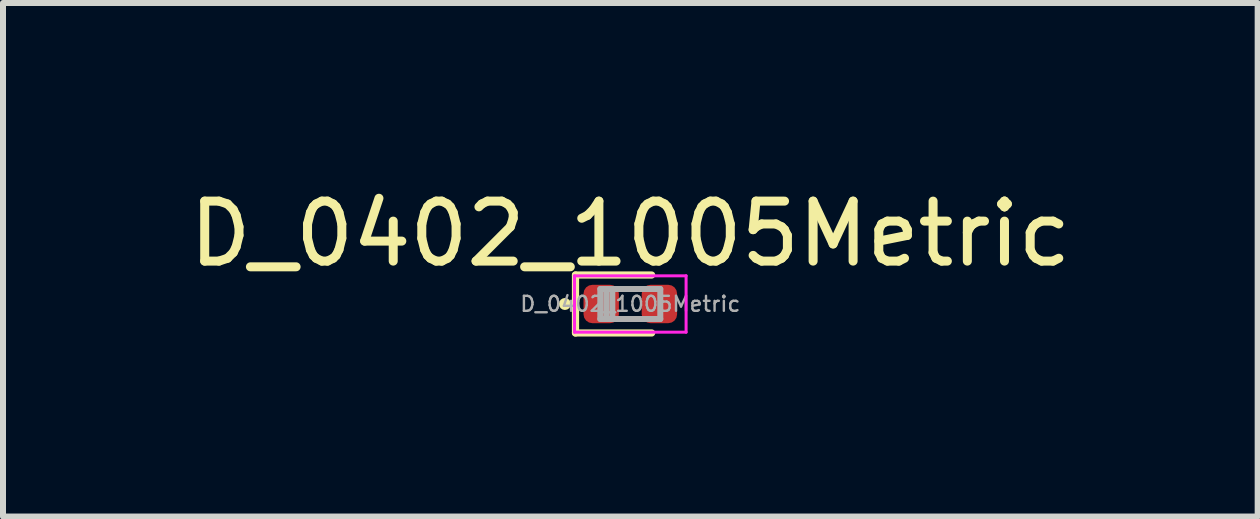
<source format=kicad_pcb>
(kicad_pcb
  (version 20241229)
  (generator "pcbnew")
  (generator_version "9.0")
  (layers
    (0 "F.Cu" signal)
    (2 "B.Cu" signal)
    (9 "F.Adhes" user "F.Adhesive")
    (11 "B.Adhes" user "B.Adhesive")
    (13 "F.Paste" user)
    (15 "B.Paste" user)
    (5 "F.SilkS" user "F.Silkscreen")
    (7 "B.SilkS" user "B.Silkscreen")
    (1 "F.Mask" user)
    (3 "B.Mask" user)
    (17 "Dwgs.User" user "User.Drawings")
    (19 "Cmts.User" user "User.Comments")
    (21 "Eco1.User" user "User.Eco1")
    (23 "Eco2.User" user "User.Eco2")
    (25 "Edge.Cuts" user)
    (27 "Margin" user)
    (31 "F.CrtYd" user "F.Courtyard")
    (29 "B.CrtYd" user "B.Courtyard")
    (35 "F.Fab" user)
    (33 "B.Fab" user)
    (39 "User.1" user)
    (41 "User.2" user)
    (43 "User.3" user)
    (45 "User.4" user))
  (footprint "D_0402_1005Metric"
    (layer "F.Cu")
    (at 7.458 2.018)
    (property "Reference" "D_0402_1005Metric" (at 0 -1.17 0) (layer "F.SilkS") (effects (font (size 1 1) (thickness 0.15))))
    (attr smd)
    (fp_line (start -0.914 -0.483) (end -0.914 0.483) (stroke (width 0.12) (type solid)) (layer "F.SilkS"))
    (fp_line (start 0.356 -0.483) (end -0.914 -0.483) (stroke (width 0.12) (type solid)) (layer "F.SilkS"))
    (fp_line (start 0.356 0.483) (end -0.914 0.483) (stroke (width 0.12) (type solid)) (layer "F.SilkS"))
    (fp_circle (center -1.09 0) (end -1.04 0) (stroke (width 0.1) (type solid)) (fill no) (layer "F.SilkS"))
    (fp_line (start -0.93 -0.47) (end 0.93 -0.47) (stroke (width 0.05) (type solid)) (layer "F.CrtYd"))
    (fp_line (start -0.93 0.47) (end -0.93 -0.47) (stroke (width 0.05) (type solid)) (layer "F.CrtYd"))
    (fp_line (start 0.93 -0.47) (end 0.93 0.47) (stroke (width 0.05) (type solid)) (layer "F.CrtYd"))
    (fp_line (start 0.93 0.47) (end -0.93 0.47) (stroke (width 0.05) (type solid)) (layer "F.CrtYd"))
    (fp_line (start -0.5 -0.25) (end 0.5 -0.25) (stroke (width 0.1) (type solid)) (layer "F.Fab"))
    (fp_line (start -0.5 0.25) (end -0.5 -0.25) (stroke (width 0.1) (type solid)) (layer "F.Fab"))
    (fp_line (start -0.4 0.25) (end -0.4 -0.25) (stroke (width 0.1) (type solid)) (layer "F.Fab"))
    (fp_line (start -0.3 0.25) (end -0.3 -0.25) (stroke (width 0.1) (type solid)) (layer "F.Fab"))
    (fp_line (start 0.5 -0.25) (end 0.5 0.25) (stroke (width 0.1) (type solid)) (layer "F.Fab"))
    (fp_line (start 0.5 0.25) (end -0.5 0.25) (stroke (width 0.1) (type solid)) (layer "F.Fab"))
    (fp_text user "${REFERENCE}" (at 0 0 0) (layer "F.Fab") (effects (font (size 0.25 0.25) (thickness 0.04))))
    (pad "1" smd roundrect (at -0.485 0) (size 0.59 0.64) (layers "F.Cu" "F.Mask" "F.Paste") (roundrect_rratio 0.25))
    (pad "2" smd roundrect (at 0.485 0) (size 0.59 0.64) (layers "F.Cu" "F.Mask" "F.Paste") (roundrect_rratio 0.25)))
  (gr_rect
    (start -3 -3)
    (end 17.917 5.561)
    (stroke (width 0.1) (type default))
    (fill no)
    (layer "Edge.Cuts")))
</source>
